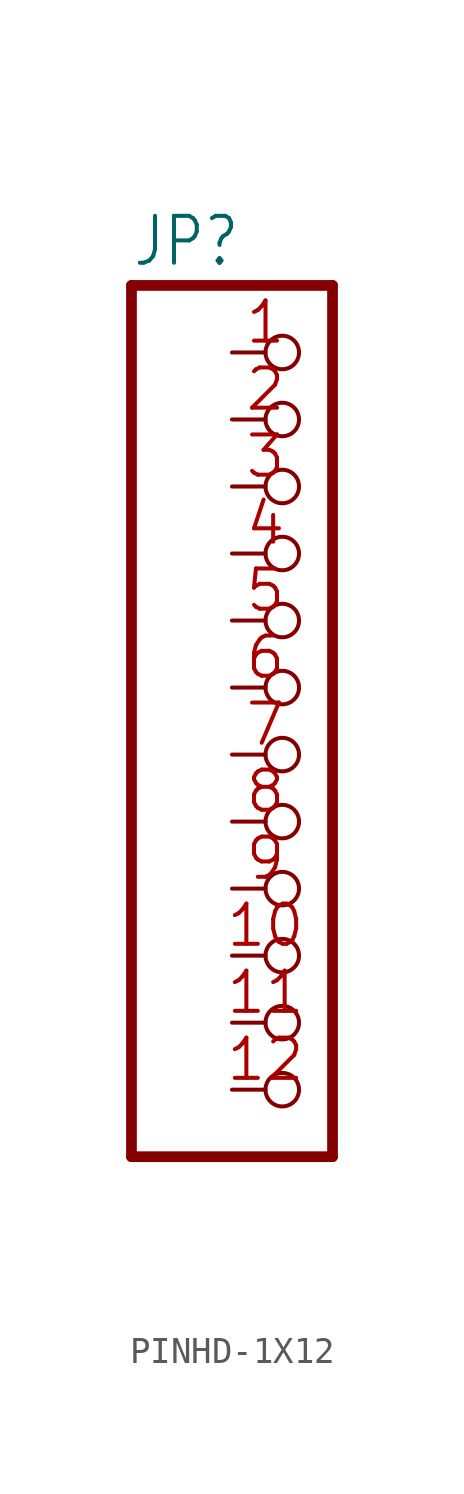
<source format=kicad_sym>
(kicad_symbol_lib
  (version 20241209)
  (generator "kicad_symbol_editor")
  (generator_version "9.0")
  (symbol "PINHD-1X12"
    (property "Reference" "JP"
      (at -6.35 15.875 0)
      (effects (font (size 1.778 1.511)) (justify left bottom)))
    (property "Value" ""
      (at -6.35 -20.32 0)
      (effects (font (size 1.778 1.511)) (justify left bottom)))
    (property "ki_locked" ""
      (at 0 0 0)
      (effects (font (size 1.27 1.27))))
    (symbol "PINHD-1X12_1_0"
      (polyline (pts (xy -6.35 15.24) (xy -6.35 -17.78)) (stroke (width 0.406) (type solid)) (fill (type none)))
      (polyline (pts (xy -6.35 -17.78) (xy 1.27 -17.78)) (stroke (width 0.406) (type solid)) (fill (type none)))
      (polyline (pts (xy 1.27 15.24) (xy -6.35 15.24)) (stroke (width 0.406) (type solid)) (fill (type none)))
      (polyline (pts (xy 1.27 -17.78) (xy 1.27 15.24)) (stroke (width 0.406) (type solid)) (fill (type none)))
      (pin passive inverted (at -2.54 12.7 0) (length 2.54) (name "1" (effects (font (size 0 0)))) (number "1" (effects (font (size 1.524 1.524)))))
      (pin passive inverted (at -2.54 10.16 0) (length 2.54) (name "2" (effects (font (size 0 0)))) (number "2" (effects (font (size 1.524 1.524)))))
      (pin passive inverted (at -2.54 7.62 0) (length 2.54) (name "3" (effects (font (size 0 0)))) (number "3" (effects (font (size 1.524 1.524)))))
      (pin passive inverted (at -2.54 5.08 0) (length 2.54) (name "4" (effects (font (size 0 0)))) (number "4" (effects (font (size 1.524 1.524)))))
      (pin passive inverted (at -2.54 2.54 0) (length 2.54) (name "5" (effects (font (size 0 0)))) (number "5" (effects (font (size 1.524 1.524)))))
      (pin passive inverted (at -2.54 0 0) (length 2.54) (name "6" (effects (font (size 0 0)))) (number "6" (effects (font (size 1.524 1.524)))))
      (pin passive inverted (at -2.54 -2.54 0) (length 2.54) (name "7" (effects (font (size 0 0)))) (number "7" (effects (font (size 1.524 1.524)))))
      (pin passive inverted (at -2.54 -5.08 0) (length 2.54) (name "8" (effects (font (size 0 0)))) (number "8" (effects (font (size 1.524 1.524)))))
      (pin passive inverted (at -2.54 -7.62 0) (length 2.54) (name "9" (effects (font (size 0 0)))) (number "9" (effects (font (size 1.524 1.524)))))
      (pin passive inverted (at -2.54 -10.16 0) (length 2.54) (name "10" (effects (font (size 0 0)))) (number "10" (effects (font (size 1.524 1.524)))))
      (pin passive inverted (at -2.54 -12.7 0) (length 2.54) (name "11" (effects (font (size 0 0)))) (number "11" (effects (font (size 1.524 1.524)))))
      (pin passive inverted (at -2.54 -15.24 0) (length 2.54) (name "12" (effects (font (size 0 0)))) (number "12" (effects (font (size 1.524 1.524))))))))
</source>
